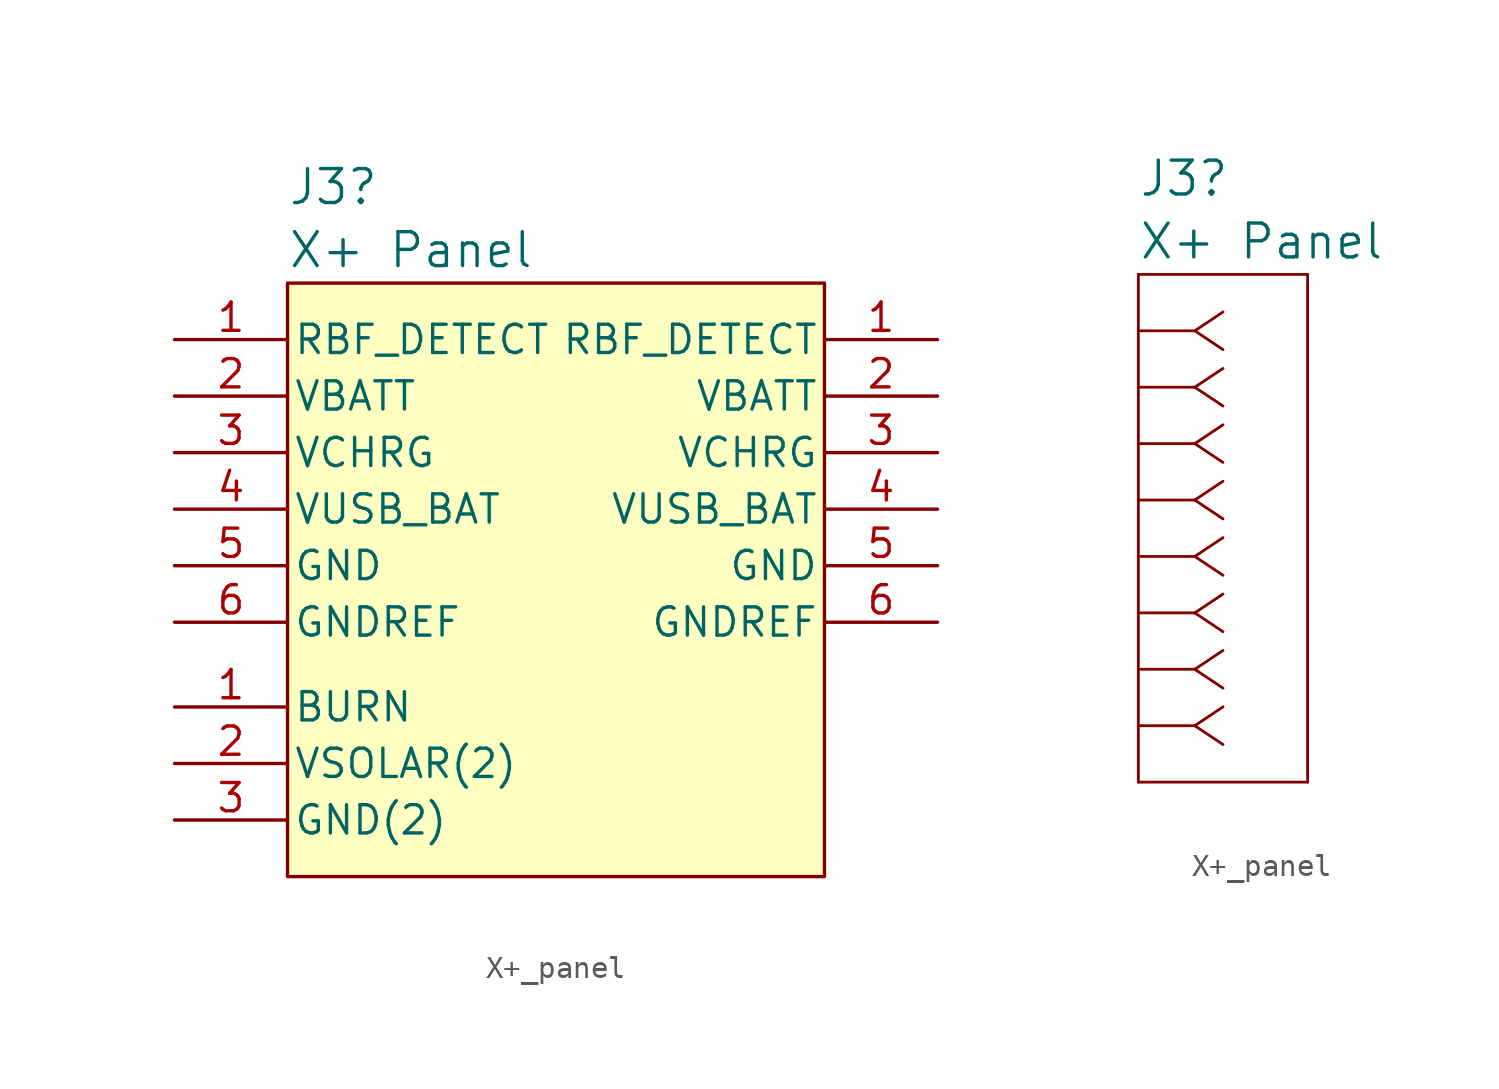
<source format=kicad_sym>
(kicad_symbol_lib
  (version 20241209)
  (generator "kicad_symbol_editor")
  (generator_version "9.0")
  (symbol "X+_panel"
    (pin_names
      (offset 0.254))
    (property "Reference" "J3"
      (at 5.08 6.858 0)
      (effects (font (size 1.524 1.524)) (justify left)))
    (property "Value" "X+ Panel"
      (at 5.08 4.025 0)
      (effects (font (size 1.524 1.524)) (justify left)))
    (symbol "X+_panel_1_1"
      (rectangle (start 5.08 2.54) (end 29.21 -24.13) (stroke (width 0) (type default)) (fill (type background)))
      (pin passive line (at 0 0 0) (length 5.08) (name "RBF_DETECT" (effects (font (size 1.27 1.27)))) (number "1" (effects (font (size 1.27 1.27)))))
      (pin passive line (at 0 -2.54 0) (length 5.08) (name "VBATT" (effects (font (size 1.27 1.27)))) (number "2" (effects (font (size 1.27 1.27)))))
      (pin passive line (at 0 -5.08 0) (length 5.08) (name "VCHRG" (effects (font (size 1.27 1.27)))) (number "3" (effects (font (size 1.27 1.27)))))
      (pin passive line (at 0 -7.62 0) (length 5.08) (name "VUSB_BAT" (effects (font (size 1.27 1.27)))) (number "4" (effects (font (size 1.27 1.27)))))
      (pin passive line (at 0 -10.16 0) (length 5.08) (name "GND" (effects (font (size 1.27 1.27)))) (number "5" (effects (font (size 1.27 1.27)))))
      (pin passive line (at 0 -12.7 0) (length 5.08) (name "GNDREF" (effects (font (size 1.27 1.27)))) (number "6" (effects (font (size 1.27 1.27)))))
      (pin passive line (at 0 -16.51 0) (length 5.08) (name "BURN" (effects (font (size 1.27 1.27)))) (number "1" (effects (font (size 1.27 1.27)))))
      (pin passive line (at 0 -19.05 0) (length 5.08) (name "VSOLAR(2)" (effects (font (size 1.27 1.27)))) (number "2" (effects (font (size 1.27 1.27)))))
      (pin passive line (at 0 -21.59 0) (length 5.08) (name "GND(2)" (effects (font (size 1.27 1.27)))) (number "3" (effects (font (size 1.27 1.27)))))
      (pin passive line (at 34.29 0 180) (length 5.08) (name "RBF_DETECT" (effects (font (size 1.27 1.27)))) (number "1" (effects (font (size 1.27 1.27)))))
      (pin passive line (at 34.29 -2.54 180) (length 5.08) (name "VBATT" (effects (font (size 1.27 1.27)))) (number "2" (effects (font (size 1.27 1.27)))))
      (pin passive line (at 34.29 -5.08 180) (length 5.08) (name "VCHRG" (effects (font (size 1.27 1.27)))) (number "3" (effects (font (size 1.27 1.27)))))
      (pin passive line (at 34.29 -7.62 180) (length 5.08) (name "VUSB_BAT" (effects (font (size 1.27 1.27)))) (number "4" (effects (font (size 1.27 1.27)))))
      (pin passive line (at 34.29 -10.16 180) (length 5.08) (name "GND" (effects (font (size 1.27 1.27)))) (number "5" (effects (font (size 1.27 1.27)))))
      (pin passive line (at 34.29 -12.7 180) (length 5.08) (name "GNDREF" (effects (font (size 1.27 1.27)))) (number "6" (effects (font (size 1.27 1.27))))))
    (symbol "X+_panel_1_2"
      (polyline (pts (xy 5.08 2.54) (xy 5.08 -20.32)) (stroke (width 0.127) (type default)) (fill (type none)))
      (polyline (pts (xy 5.08 -20.32) (xy 12.7 -20.32)) (stroke (width 0.127) (type default)) (fill (type none)))
      (polyline (pts (xy 7.62 0) (xy 5.08 0)) (stroke (width 0.127) (type default)) (fill (type none)))
      (polyline (pts (xy 7.62 0) (xy 8.89 0.847)) (stroke (width 0.127) (type default)) (fill (type none)))
      (polyline (pts (xy 7.62 0) (xy 8.89 -0.847)) (stroke (width 0.127) (type default)) (fill (type none)))
      (polyline (pts (xy 7.62 -2.54) (xy 5.08 -2.54)) (stroke (width 0.127) (type default)) (fill (type none)))
      (polyline (pts (xy 7.62 -2.54) (xy 8.89 -1.693)) (stroke (width 0.127) (type default)) (fill (type none)))
      (polyline (pts (xy 7.62 -2.54) (xy 8.89 -3.387)) (stroke (width 0.127) (type default)) (fill (type none)))
      (polyline (pts (xy 7.62 -5.08) (xy 5.08 -5.08)) (stroke (width 0.127) (type default)) (fill (type none)))
      (polyline (pts (xy 7.62 -5.08) (xy 8.89 -4.233)) (stroke (width 0.127) (type default)) (fill (type none)))
      (polyline (pts (xy 7.62 -5.08) (xy 8.89 -5.927)) (stroke (width 0.127) (type default)) (fill (type none)))
      (polyline (pts (xy 7.62 -7.62) (xy 5.08 -7.62)) (stroke (width 0.127) (type default)) (fill (type none)))
      (polyline (pts (xy 7.62 -7.62) (xy 8.89 -6.773)) (stroke (width 0.127) (type default)) (fill (type none)))
      (polyline (pts (xy 7.62 -7.62) (xy 8.89 -8.467)) (stroke (width 0.127) (type default)) (fill (type none)))
      (polyline (pts (xy 7.62 -10.16) (xy 5.08 -10.16)) (stroke (width 0.127) (type default)) (fill (type none)))
      (polyline (pts (xy 7.62 -10.16) (xy 8.89 -9.313)) (stroke (width 0.127) (type default)) (fill (type none)))
      (polyline (pts (xy 7.62 -10.16) (xy 8.89 -11.007)) (stroke (width 0.127) (type default)) (fill (type none)))
      (polyline (pts (xy 7.62 -12.7) (xy 5.08 -12.7)) (stroke (width 0.127) (type default)) (fill (type none)))
      (polyline (pts (xy 7.62 -12.7) (xy 8.89 -11.853)) (stroke (width 0.127) (type default)) (fill (type none)))
      (polyline (pts (xy 7.62 -12.7) (xy 8.89 -13.547)) (stroke (width 0.127) (type default)) (fill (type none)))
      (polyline (pts (xy 7.62 -15.24) (xy 5.08 -15.24)) (stroke (width 0.127) (type default)) (fill (type none)))
      (polyline (pts (xy 7.62 -15.24) (xy 8.89 -14.393)) (stroke (width 0.127) (type default)) (fill (type none)))
      (polyline (pts (xy 7.62 -15.24) (xy 8.89 -16.087)) (stroke (width 0.127) (type default)) (fill (type none)))
      (polyline (pts (xy 7.62 -17.78) (xy 5.08 -17.78)) (stroke (width 0.127) (type default)) (fill (type none)))
      (polyline (pts (xy 7.62 -17.78) (xy 8.89 -16.933)) (stroke (width 0.127) (type default)) (fill (type none)))
      (polyline (pts (xy 7.62 -17.78) (xy 8.89 -18.627)) (stroke (width 0.127) (type default)) (fill (type none)))
      (polyline (pts (xy 12.7 2.54) (xy 5.08 2.54)) (stroke (width 0.127) (type default)) (fill (type none)))
      (polyline (pts (xy 12.7 -20.32) (xy 12.7 2.54)) (stroke (width 0.127) (type default)) (fill (type none))))))
</source>
